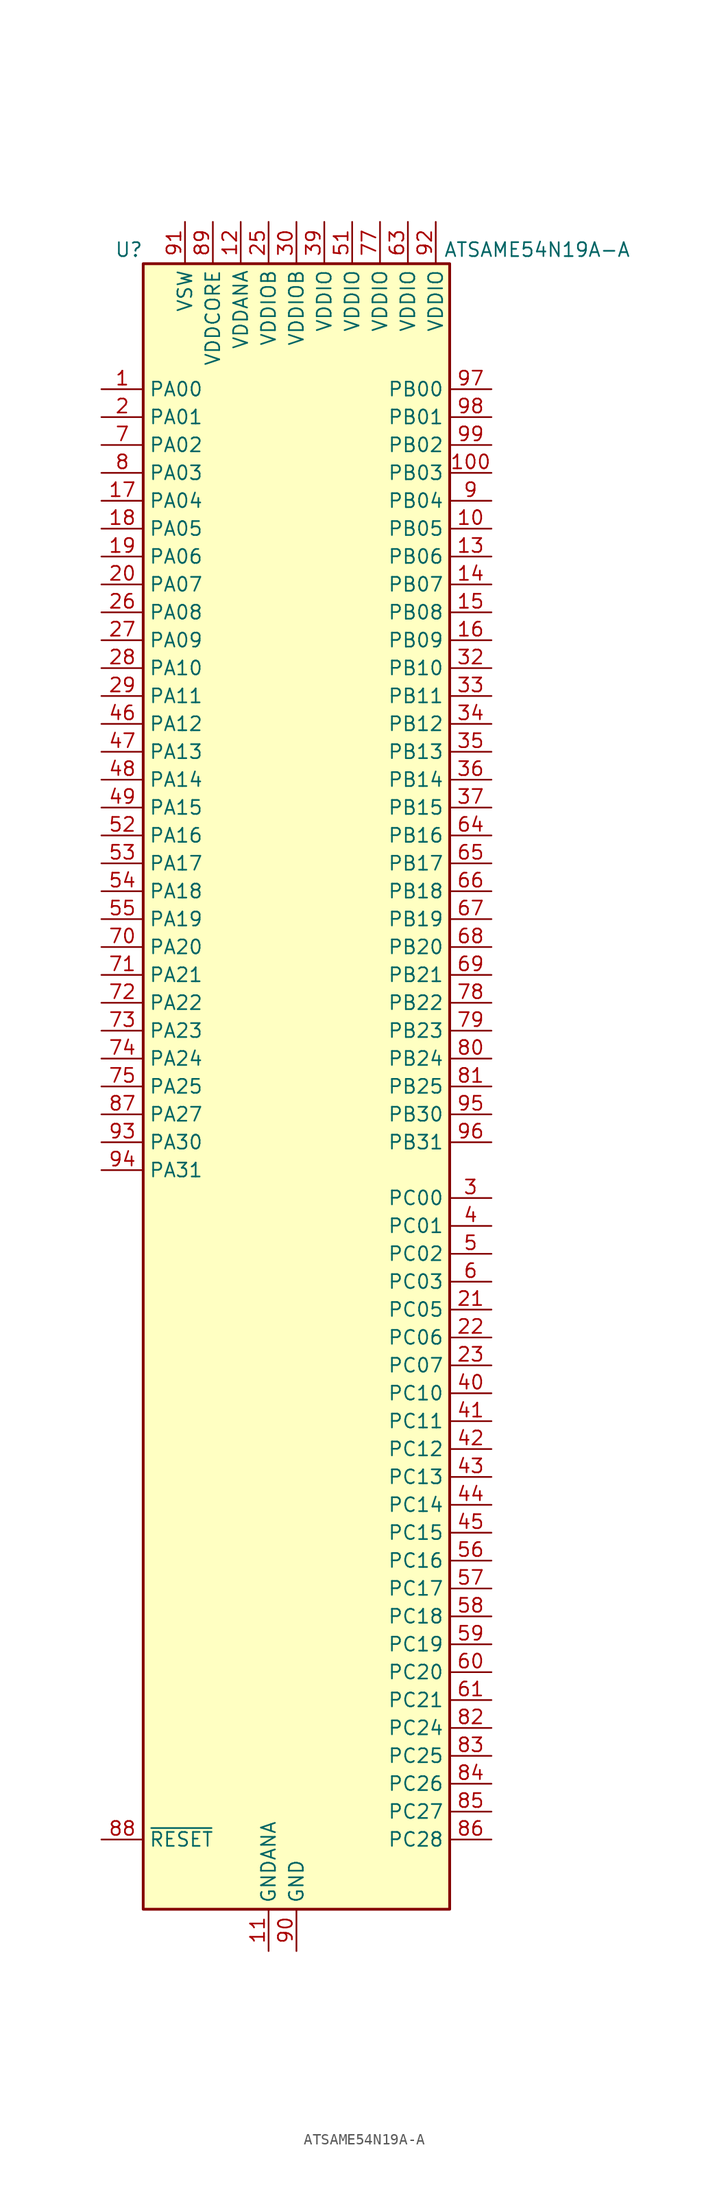
<source format=kicad_sym>
(kicad_symbol_lib
  (version 20201005)
  (generator kicad_symbol_editor)
  (symbol "MCU_Microchip_SAME:ATSAME54N19A-A"
    (property "Reference" "U"
      (at -13.97 76.2 0)
      (effects (font (size 1.27 1.27)) (justify right)))
    (property "Value" "ATSAME54N19A-A"
      (at 30.48 76.2 0)
      (effects (font (size 1.27 1.27)) (justify right)))
    (symbol "ATSAME54N19A-A_1_1"
      (rectangle (start -13.97 74.93) (end 13.97 -74.93) (stroke (width 0.254)) (fill (type background)))
      (pin bidirectional line (at -17.78 63.5 0) (length 3.81) (name "PA00" (effects (font (size 1.27 1.27)))) (number "1" (effects (font (size 1.27 1.27)))))
      (pin bidirectional line (at 17.78 50.8 180) (length 3.81) (name "PB05" (effects (font (size 1.27 1.27)))) (number "10" (effects (font (size 1.27 1.27)))))
      (pin bidirectional line (at 17.78 55.88 180) (length 3.81) (name "PB03" (effects (font (size 1.27 1.27)))) (number "100" (effects (font (size 1.27 1.27)))))
      (pin power_in line (at -2.54 -78.74 90) (length 3.81) (name "GNDANA" (effects (font (size 1.27 1.27)))) (number "11" (effects (font (size 1.27 1.27)))))
      (pin power_in line (at -5.08 78.74 270) (length 3.81) (name "VDDANA" (effects (font (size 1.27 1.27)))) (number "12" (effects (font (size 1.27 1.27)))))
      (pin bidirectional line (at 17.78 48.26 180) (length 3.81) (name "PB06" (effects (font (size 1.27 1.27)))) (number "13" (effects (font (size 1.27 1.27)))))
      (pin bidirectional line (at 17.78 45.72 180) (length 3.81) (name "PB07" (effects (font (size 1.27 1.27)))) (number "14" (effects (font (size 1.27 1.27)))))
      (pin bidirectional line (at 17.78 43.18 180) (length 3.81) (name "PB08" (effects (font (size 1.27 1.27)))) (number "15" (effects (font (size 1.27 1.27)))))
      (pin bidirectional line (at 17.78 40.64 180) (length 3.81) (name "PB09" (effects (font (size 1.27 1.27)))) (number "16" (effects (font (size 1.27 1.27)))))
      (pin bidirectional line (at -17.78 53.34 0) (length 3.81) (name "PA04" (effects (font (size 1.27 1.27)))) (number "17" (effects (font (size 1.27 1.27)))))
      (pin bidirectional line (at -17.78 50.8 0) (length 3.81) (name "PA05" (effects (font (size 1.27 1.27)))) (number "18" (effects (font (size 1.27 1.27)))))
      (pin bidirectional line (at -17.78 48.26 0) (length 3.81) (name "PA06" (effects (font (size 1.27 1.27)))) (number "19" (effects (font (size 1.27 1.27)))))
      (pin bidirectional line (at -17.78 60.96 0) (length 3.81) (name "PA01" (effects (font (size 1.27 1.27)))) (number "2" (effects (font (size 1.27 1.27)))))
      (pin bidirectional line (at -17.78 45.72 0) (length 3.81) (name "PA07" (effects (font (size 1.27 1.27)))) (number "20" (effects (font (size 1.27 1.27)))))
      (pin bidirectional line (at 17.78 -20.32 180) (length 3.81) (name "PC05" (effects (font (size 1.27 1.27)))) (number "21" (effects (font (size 1.27 1.27)))))
      (pin bidirectional line (at 17.78 -22.86 180) (length 3.81) (name "PC06" (effects (font (size 1.27 1.27)))) (number "22" (effects (font (size 1.27 1.27)))))
      (pin bidirectional line (at 17.78 -25.4 180) (length 3.81) (name "PC07" (effects (font (size 1.27 1.27)))) (number "23" (effects (font (size 1.27 1.27)))))
      (pin passive line (at 0 -78.74 90) (length 3.81) hide (name "GND" (effects (font (size 1.27 1.27)))) (number "24" (effects (font (size 1.27 1.27)))))
      (pin power_in line (at -2.54 78.74 270) (length 3.81) (name "VDDIOB" (effects (font (size 1.27 1.27)))) (number "25" (effects (font (size 1.27 1.27)))))
      (pin bidirectional line (at -17.78 43.18 0) (length 3.81) (name "PA08" (effects (font (size 1.27 1.27)))) (number "26" (effects (font (size 1.27 1.27)))))
      (pin bidirectional line (at -17.78 40.64 0) (length 3.81) (name "PA09" (effects (font (size 1.27 1.27)))) (number "27" (effects (font (size 1.27 1.27)))))
      (pin bidirectional line (at -17.78 38.1 0) (length 3.81) (name "PA10" (effects (font (size 1.27 1.27)))) (number "28" (effects (font (size 1.27 1.27)))))
      (pin bidirectional line (at -17.78 35.56 0) (length 3.81) (name "PA11" (effects (font (size 1.27 1.27)))) (number "29" (effects (font (size 1.27 1.27)))))
      (pin bidirectional line (at 17.78 -10.16 180) (length 3.81) (name "PC00" (effects (font (size 1.27 1.27)))) (number "3" (effects (font (size 1.27 1.27)))))
      (pin power_in line (at 0 78.74 270) (length 3.81) (name "VDDIOB" (effects (font (size 1.27 1.27)))) (number "30" (effects (font (size 1.27 1.27)))))
      (pin passive line (at 0 -78.74 90) (length 3.81) hide (name "GND" (effects (font (size 1.27 1.27)))) (number "31" (effects (font (size 1.27 1.27)))))
      (pin bidirectional line (at 17.78 38.1 180) (length 3.81) (name "PB10" (effects (font (size 1.27 1.27)))) (number "32" (effects (font (size 1.27 1.27)))))
      (pin bidirectional line (at 17.78 35.56 180) (length 3.81) (name "PB11" (effects (font (size 1.27 1.27)))) (number "33" (effects (font (size 1.27 1.27)))))
      (pin bidirectional line (at 17.78 33.02 180) (length 3.81) (name "PB12" (effects (font (size 1.27 1.27)))) (number "34" (effects (font (size 1.27 1.27)))))
      (pin bidirectional line (at 17.78 30.48 180) (length 3.81) (name "PB13" (effects (font (size 1.27 1.27)))) (number "35" (effects (font (size 1.27 1.27)))))
      (pin bidirectional line (at 17.78 27.94 180) (length 3.81) (name "PB14" (effects (font (size 1.27 1.27)))) (number "36" (effects (font (size 1.27 1.27)))))
      (pin bidirectional line (at 17.78 25.4 180) (length 3.81) (name "PB15" (effects (font (size 1.27 1.27)))) (number "37" (effects (font (size 1.27 1.27)))))
      (pin passive line (at 0 -78.74 90) (length 3.81) hide (name "GND" (effects (font (size 1.27 1.27)))) (number "38" (effects (font (size 1.27 1.27)))))
      (pin power_in line (at 2.54 78.74 270) (length 3.81) (name "VDDIO" (effects (font (size 1.27 1.27)))) (number "39" (effects (font (size 1.27 1.27)))))
      (pin bidirectional line (at 17.78 -12.7 180) (length 3.81) (name "PC01" (effects (font (size 1.27 1.27)))) (number "4" (effects (font (size 1.27 1.27)))))
      (pin bidirectional line (at 17.78 -27.94 180) (length 3.81) (name "PC10" (effects (font (size 1.27 1.27)))) (number "40" (effects (font (size 1.27 1.27)))))
      (pin bidirectional line (at 17.78 -30.48 180) (length 3.81) (name "PC11" (effects (font (size 1.27 1.27)))) (number "41" (effects (font (size 1.27 1.27)))))
      (pin bidirectional line (at 17.78 -33.02 180) (length 3.81) (name "PC12" (effects (font (size 1.27 1.27)))) (number "42" (effects (font (size 1.27 1.27)))))
      (pin bidirectional line (at 17.78 -35.56 180) (length 3.81) (name "PC13" (effects (font (size 1.27 1.27)))) (number "43" (effects (font (size 1.27 1.27)))))
      (pin bidirectional line (at 17.78 -38.1 180) (length 3.81) (name "PC14" (effects (font (size 1.27 1.27)))) (number "44" (effects (font (size 1.27 1.27)))))
      (pin bidirectional line (at 17.78 -40.64 180) (length 3.81) (name "PC15" (effects (font (size 1.27 1.27)))) (number "45" (effects (font (size 1.27 1.27)))))
      (pin bidirectional line (at -17.78 33.02 0) (length 3.81) (name "PA12" (effects (font (size 1.27 1.27)))) (number "46" (effects (font (size 1.27 1.27)))))
      (pin bidirectional line (at -17.78 30.48 0) (length 3.81) (name "PA13" (effects (font (size 1.27 1.27)))) (number "47" (effects (font (size 1.27 1.27)))))
      (pin bidirectional line (at -17.78 27.94 0) (length 3.81) (name "PA14" (effects (font (size 1.27 1.27)))) (number "48" (effects (font (size 1.27 1.27)))))
      (pin bidirectional line (at -17.78 25.4 0) (length 3.81) (name "PA15" (effects (font (size 1.27 1.27)))) (number "49" (effects (font (size 1.27 1.27)))))
      (pin bidirectional line (at 17.78 -15.24 180) (length 3.81) (name "PC02" (effects (font (size 1.27 1.27)))) (number "5" (effects (font (size 1.27 1.27)))))
      (pin passive line (at 0 -78.74 90) (length 3.81) hide (name "GND" (effects (font (size 1.27 1.27)))) (number "50" (effects (font (size 1.27 1.27)))))
      (pin power_in line (at 5.08 78.74 270) (length 3.81) (name "VDDIO" (effects (font (size 1.27 1.27)))) (number "51" (effects (font (size 1.27 1.27)))))
      (pin bidirectional line (at -17.78 22.86 0) (length 3.81) (name "PA16" (effects (font (size 1.27 1.27)))) (number "52" (effects (font (size 1.27 1.27)))))
      (pin bidirectional line (at -17.78 20.32 0) (length 3.81) (name "PA17" (effects (font (size 1.27 1.27)))) (number "53" (effects (font (size 1.27 1.27)))))
      (pin bidirectional line (at -17.78 17.78 0) (length 3.81) (name "PA18" (effects (font (size 1.27 1.27)))) (number "54" (effects (font (size 1.27 1.27)))))
      (pin bidirectional line (at -17.78 15.24 0) (length 3.81) (name "PA19" (effects (font (size 1.27 1.27)))) (number "55" (effects (font (size 1.27 1.27)))))
      (pin bidirectional line (at 17.78 -43.18 180) (length 3.81) (name "PC16" (effects (font (size 1.27 1.27)))) (number "56" (effects (font (size 1.27 1.27)))))
      (pin bidirectional line (at 17.78 -45.72 180) (length 3.81) (name "PC17" (effects (font (size 1.27 1.27)))) (number "57" (effects (font (size 1.27 1.27)))))
      (pin bidirectional line (at 17.78 -48.26 180) (length 3.81) (name "PC18" (effects (font (size 1.27 1.27)))) (number "58" (effects (font (size 1.27 1.27)))))
      (pin bidirectional line (at 17.78 -50.8 180) (length 3.81) (name "PC19" (effects (font (size 1.27 1.27)))) (number "59" (effects (font (size 1.27 1.27)))))
      (pin bidirectional line (at 17.78 -17.78 180) (length 3.81) (name "PC03" (effects (font (size 1.27 1.27)))) (number "6" (effects (font (size 1.27 1.27)))))
      (pin bidirectional line (at 17.78 -53.34 180) (length 3.81) (name "PC20" (effects (font (size 1.27 1.27)))) (number "60" (effects (font (size 1.27 1.27)))))
      (pin bidirectional line (at 17.78 -55.88 180) (length 3.81) (name "PC21" (effects (font (size 1.27 1.27)))) (number "61" (effects (font (size 1.27 1.27)))))
      (pin passive line (at 0 -78.74 90) (length 3.81) hide (name "GND" (effects (font (size 1.27 1.27)))) (number "62" (effects (font (size 1.27 1.27)))))
      (pin power_in line (at 10.16 78.74 270) (length 3.81) (name "VDDIO" (effects (font (size 1.27 1.27)))) (number "63" (effects (font (size 1.27 1.27)))))
      (pin bidirectional line (at 17.78 22.86 180) (length 3.81) (name "PB16" (effects (font (size 1.27 1.27)))) (number "64" (effects (font (size 1.27 1.27)))))
      (pin bidirectional line (at 17.78 20.32 180) (length 3.81) (name "PB17" (effects (font (size 1.27 1.27)))) (number "65" (effects (font (size 1.27 1.27)))))
      (pin bidirectional line (at 17.78 17.78 180) (length 3.81) (name "PB18" (effects (font (size 1.27 1.27)))) (number "66" (effects (font (size 1.27 1.27)))))
      (pin bidirectional line (at 17.78 15.24 180) (length 3.81) (name "PB19" (effects (font (size 1.27 1.27)))) (number "67" (effects (font (size 1.27 1.27)))))
      (pin bidirectional line (at 17.78 12.7 180) (length 3.81) (name "PB20" (effects (font (size 1.27 1.27)))) (number "68" (effects (font (size 1.27 1.27)))))
      (pin bidirectional line (at 17.78 10.16 180) (length 3.81) (name "PB21" (effects (font (size 1.27 1.27)))) (number "69" (effects (font (size 1.27 1.27)))))
      (pin bidirectional line (at -17.78 58.42 0) (length 3.81) (name "PA02" (effects (font (size 1.27 1.27)))) (number "7" (effects (font (size 1.27 1.27)))))
      (pin bidirectional line (at -17.78 12.7 0) (length 3.81) (name "PA20" (effects (font (size 1.27 1.27)))) (number "70" (effects (font (size 1.27 1.27)))))
      (pin bidirectional line (at -17.78 10.16 0) (length 3.81) (name "PA21" (effects (font (size 1.27 1.27)))) (number "71" (effects (font (size 1.27 1.27)))))
      (pin bidirectional line (at -17.78 7.62 0) (length 3.81) (name "PA22" (effects (font (size 1.27 1.27)))) (number "72" (effects (font (size 1.27 1.27)))))
      (pin bidirectional line (at -17.78 5.08 0) (length 3.81) (name "PA23" (effects (font (size 1.27 1.27)))) (number "73" (effects (font (size 1.27 1.27)))))
      (pin bidirectional line (at -17.78 2.54 0) (length 3.81) (name "PA24" (effects (font (size 1.27 1.27)))) (number "74" (effects (font (size 1.27 1.27)))))
      (pin bidirectional line (at -17.78 0 0) (length 3.81) (name "PA25" (effects (font (size 1.27 1.27)))) (number "75" (effects (font (size 1.27 1.27)))))
      (pin passive line (at 0 -78.74 90) (length 3.81) hide (name "GND" (effects (font (size 1.27 1.27)))) (number "76" (effects (font (size 1.27 1.27)))))
      (pin power_in line (at 7.62 78.74 270) (length 3.81) (name "VDDIO" (effects (font (size 1.27 1.27)))) (number "77" (effects (font (size 1.27 1.27)))))
      (pin bidirectional line (at 17.78 7.62 180) (length 3.81) (name "PB22" (effects (font (size 1.27 1.27)))) (number "78" (effects (font (size 1.27 1.27)))))
      (pin bidirectional line (at 17.78 5.08 180) (length 3.81) (name "PB23" (effects (font (size 1.27 1.27)))) (number "79" (effects (font (size 1.27 1.27)))))
      (pin bidirectional line (at -17.78 55.88 0) (length 3.81) (name "PA03" (effects (font (size 1.27 1.27)))) (number "8" (effects (font (size 1.27 1.27)))))
      (pin bidirectional line (at 17.78 2.54 180) (length 3.81) (name "PB24" (effects (font (size 1.27 1.27)))) (number "80" (effects (font (size 1.27 1.27)))))
      (pin bidirectional line (at 17.78 0 180) (length 3.81) (name "PB25" (effects (font (size 1.27 1.27)))) (number "81" (effects (font (size 1.27 1.27)))))
      (pin bidirectional line (at 17.78 -58.42 180) (length 3.81) (name "PC24" (effects (font (size 1.27 1.27)))) (number "82" (effects (font (size 1.27 1.27)))))
      (pin bidirectional line (at 17.78 -60.96 180) (length 3.81) (name "PC25" (effects (font (size 1.27 1.27)))) (number "83" (effects (font (size 1.27 1.27)))))
      (pin bidirectional line (at 17.78 -63.5 180) (length 3.81) (name "PC26" (effects (font (size 1.27 1.27)))) (number "84" (effects (font (size 1.27 1.27)))))
      (pin bidirectional line (at 17.78 -66.04 180) (length 3.81) (name "PC27" (effects (font (size 1.27 1.27)))) (number "85" (effects (font (size 1.27 1.27)))))
      (pin bidirectional line (at 17.78 -68.58 180) (length 3.81) (name "PC28" (effects (font (size 1.27 1.27)))) (number "86" (effects (font (size 1.27 1.27)))))
      (pin bidirectional line (at -17.78 -2.54 0) (length 3.81) (name "PA27" (effects (font (size 1.27 1.27)))) (number "87" (effects (font (size 1.27 1.27)))))
      (pin input line (at -17.78 -68.58 0) (length 3.81) (name "~RESET" (effects (font (size 1.27 1.27)))) (number "88" (effects (font (size 1.27 1.27)))))
      (pin power_out line (at -7.62 78.74 270) (length 3.81) (name "VDDCORE" (effects (font (size 1.27 1.27)))) (number "89" (effects (font (size 1.27 1.27)))))
      (pin bidirectional line (at 17.78 53.34 180) (length 3.81) (name "PB04" (effects (font (size 1.27 1.27)))) (number "9" (effects (font (size 1.27 1.27)))))
      (pin power_in line (at 0 -78.74 90) (length 3.81) (name "GND" (effects (font (size 1.27 1.27)))) (number "90" (effects (font (size 1.27 1.27)))))
      (pin power_in line (at -10.16 78.74 270) (length 3.81) (name "VSW" (effects (font (size 1.27 1.27)))) (number "91" (effects (font (size 1.27 1.27)))))
      (pin power_in line (at 12.7 78.74 270) (length 3.81) (name "VDDIO" (effects (font (size 1.27 1.27)))) (number "92" (effects (font (size 1.27 1.27)))))
      (pin bidirectional line (at -17.78 -5.08 0) (length 3.81) (name "PA30" (effects (font (size 1.27 1.27)))) (number "93" (effects (font (size 1.27 1.27)))))
      (pin bidirectional line (at -17.78 -7.62 0) (length 3.81) (name "PA31" (effects (font (size 1.27 1.27)))) (number "94" (effects (font (size 1.27 1.27)))))
      (pin bidirectional line (at 17.78 -2.54 180) (length 3.81) (name "PB30" (effects (font (size 1.27 1.27)))) (number "95" (effects (font (size 1.27 1.27)))))
      (pin bidirectional line (at 17.78 -5.08 180) (length 3.81) (name "PB31" (effects (font (size 1.27 1.27)))) (number "96" (effects (font (size 1.27 1.27)))))
      (pin bidirectional line (at 17.78 63.5 180) (length 3.81) (name "PB00" (effects (font (size 1.27 1.27)))) (number "97" (effects (font (size 1.27 1.27)))))
      (pin bidirectional line (at 17.78 60.96 180) (length 3.81) (name "PB01" (effects (font (size 1.27 1.27)))) (number "98" (effects (font (size 1.27 1.27)))))
      (pin bidirectional line (at 17.78 58.42 180) (length 3.81) (name "PB02" (effects (font (size 1.27 1.27)))) (number "99" (effects (font (size 1.27 1.27))))))))
</source>
